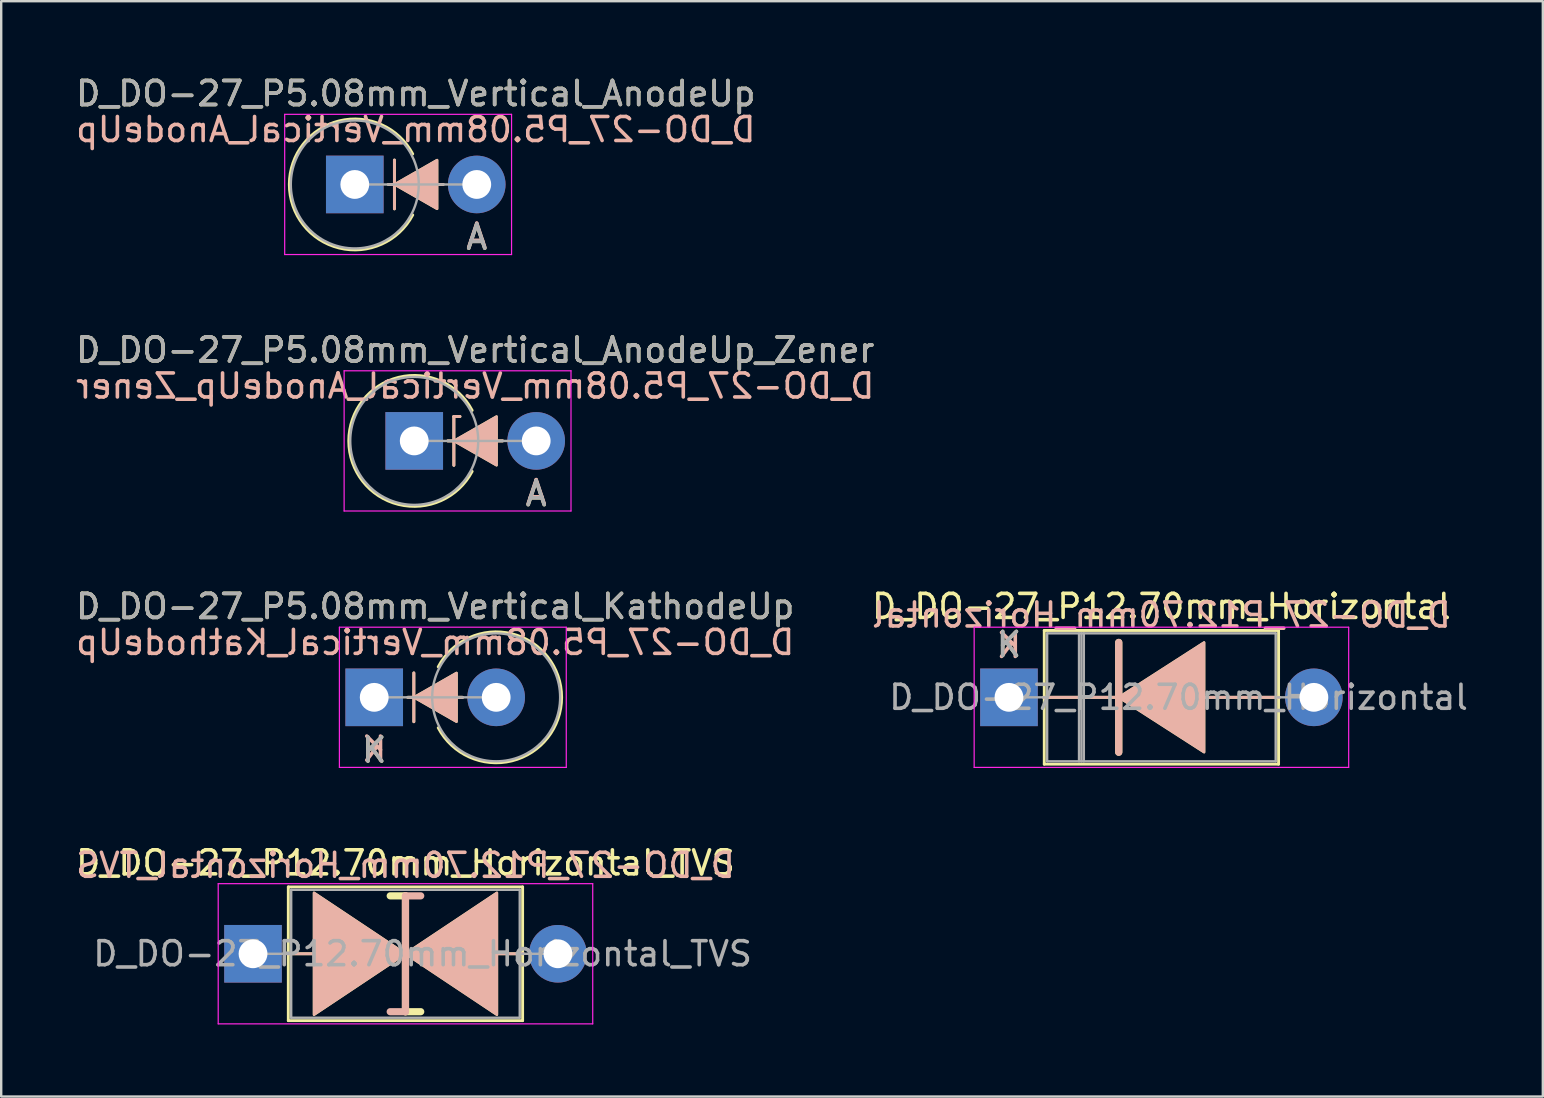
<source format=kicad_pcb>
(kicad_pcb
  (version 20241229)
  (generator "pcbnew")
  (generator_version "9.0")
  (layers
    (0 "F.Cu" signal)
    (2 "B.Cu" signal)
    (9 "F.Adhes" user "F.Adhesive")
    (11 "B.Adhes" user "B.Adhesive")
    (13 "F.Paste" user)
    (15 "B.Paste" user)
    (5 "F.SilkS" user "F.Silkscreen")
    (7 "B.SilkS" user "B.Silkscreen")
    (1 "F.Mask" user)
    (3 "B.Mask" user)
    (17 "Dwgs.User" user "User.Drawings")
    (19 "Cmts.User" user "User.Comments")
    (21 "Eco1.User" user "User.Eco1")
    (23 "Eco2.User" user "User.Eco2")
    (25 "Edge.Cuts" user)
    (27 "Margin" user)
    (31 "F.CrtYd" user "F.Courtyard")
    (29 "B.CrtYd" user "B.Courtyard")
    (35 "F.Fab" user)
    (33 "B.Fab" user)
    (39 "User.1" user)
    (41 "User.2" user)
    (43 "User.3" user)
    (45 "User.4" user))
  (footprint "D_DO-27_P12.70mm_Horizontal"
    (layer "F.Cu")
    (at 38.977 25.996)
    (property "Reference" "D_DO-27_P12.70mm_Horizontal" (at 6.35 -3.785 0) (layer "F.SilkS") (effects (font (size 1 1) (thickness 0.15))))
    (fp_line (start 1.44 0) (end 1.47 0) (stroke (width 0.12) (type solid)) (layer "F.SilkS"))
    (fp_line (start 1.47 -2.785) (end 1.47 2.785) (stroke (width 0.12) (type solid)) (layer "F.SilkS"))
    (fp_line (start 1.47 2.785) (end 11.23 2.785) (stroke (width 0.12) (type solid)) (layer "F.SilkS"))
    (fp_line (start 4.572 -2.286) (end 4.572 2.286) (stroke (width 0.3) (type solid)) (layer "F.SilkS"))
    (fp_line (start 4.572 0) (end 1.47 0) (stroke (width 0.12) (type solid)) (layer "F.SilkS"))
    (fp_line (start 8.001 0) (end 11.23 0) (stroke (width 0.12) (type solid)) (layer "F.SilkS"))
    (fp_line (start 11.23 -2.785) (end 1.47 -2.785) (stroke (width 0.12) (type solid)) (layer "F.SilkS"))
    (fp_line (start 11.23 2.785) (end 11.23 -2.785) (stroke (width 0.12) (type solid)) (layer "F.SilkS"))
    (fp_line (start 11.26 0) (end 11.23 0) (stroke (width 0.12) (type solid)) (layer "F.SilkS"))
    (fp_poly (pts (xy 8.128 2.286) (xy 4.572 0) (xy 8.128 -2.286)) (stroke (width 0.1) (type solid)) (fill yes) (layer "F.SilkS"))
    (fp_line (start 1.44 0) (end 1.47 0) (stroke (width 0.12) (type solid)) (layer "B.SilkS"))
    (fp_line (start 4.572 0) (end 1.47 0) (stroke (width 0.12) (type solid)) (layer "B.SilkS"))
    (fp_line (start 4.572 2.286) (end 4.572 -2.286) (stroke (width 0.3) (type solid)) (layer "B.SilkS"))
    (fp_line (start 8.001 0) (end 11.23 0) (stroke (width 0.12) (type solid)) (layer "B.SilkS"))
    (fp_line (start 11.26 0) (end 11.23 0) (stroke (width 0.12) (type solid)) (layer "B.SilkS"))
    (fp_poly (pts (xy 8.128 -2.286) (xy 4.572 0) (xy 8.128 2.286)) (stroke (width 0.1) (type solid)) (fill yes) (layer "B.SilkS"))
    (fp_line (start -1.45 -2.92) (end -1.45 2.92) (stroke (width 0.05) (type solid)) (layer "F.CrtYd"))
    (fp_line (start -1.45 2.92) (end 14.15 2.92) (stroke (width 0.05) (type solid)) (layer "F.CrtYd"))
    (fp_line (start 14.15 -2.92) (end -1.45 -2.92) (stroke (width 0.05) (type solid)) (layer "F.CrtYd"))
    (fp_line (start 14.15 2.92) (end 14.15 -2.92) (stroke (width 0.05) (type solid)) (layer "F.CrtYd"))
    (fp_line (start 0 0) (end 1.59 0) (stroke (width 0.1) (type solid)) (layer "F.Fab"))
    (fp_line (start 1.59 -2.665) (end 1.59 2.665) (stroke (width 0.1) (type solid)) (layer "F.Fab"))
    (fp_line (start 1.59 2.665) (end 11.11 2.665) (stroke (width 0.1) (type solid)) (layer "F.Fab"))
    (fp_line (start 2.918 -2.665) (end 2.918 2.665) (stroke (width 0.1) (type solid)) (layer "F.Fab"))
    (fp_line (start 3.018 -2.665) (end 3.018 2.665) (stroke (width 0.1) (type solid)) (layer "F.Fab"))
    (fp_line (start 3.118 -2.665) (end 3.118 2.665) (stroke (width 0.1) (type solid)) (layer "F.Fab"))
    (fp_line (start 11.11 -2.665) (end 1.59 -2.665) (stroke (width 0.1) (type solid)) (layer "F.Fab"))
    (fp_line (start 11.11 2.665) (end 11.11 -2.665) (stroke (width 0.1) (type solid)) (layer "F.Fab"))
    (fp_line (start 12.7 0) (end 11.11 0) (stroke (width 0.1) (type solid)) (layer "F.Fab"))
    (fp_text user "K" (at 0 -2.2 0) (layer "F.SilkS") (effects (font (size 1 1) (thickness 0.15))))
    (fp_text user "${REFERENCE}" (at 6.35 -3.429 0) (layer "B.SilkS") (effects (font (size 1 1) (thickness 0.15)) (justify mirror)))
    (fp_text user "K" (at 0 -2.159 0) (layer "B.SilkS") (effects (font (size 1 1) (thickness 0.15)) (justify mirror)))
    (fp_text user "K" (at 0 -2.2 0) (layer "F.Fab") (effects (font (size 1 1) (thickness 0.15))))
    (fp_text user "${REFERENCE}" (at 7.064 0 0) (layer "F.Fab") (effects (font (size 1 1) (thickness 0.15))))
    (pad "1" thru_hole rect (at 0 0) (size 2.4 2.4) (drill 1.2) (layers "*.Cu" "*.Mask"))
    (pad "2" thru_hole oval (at 12.7 0) (size 2.4 2.4) (drill 1.2) (layers "*.Cu" "*.Mask")))
  (footprint "D_DO-27_P5.08mm_Vertical_KathodeUp"
    (layer "F.Cu")
    (at 12.537 25.996)
    (property "Reference" "D_DO-27_P5.08mm_Vertical_KathodeUp" (at 2.54 -3.785 0) (layer "F.SilkS") (effects (font (size 1 1) (thickness 0.15))))
    (fp_line (start 1.397 0) (end 3.683 0) (stroke (width 0.12) (type solid)) (layer "F.SilkS"))
    (fp_line (start 1.651 -1.016) (end 1.651 1.016) (stroke (width 0.12) (type solid)) (layer "F.SilkS"))
    (fp_arc (start 2.667001 -1.27) (mid 7.806805 0) (end 2.667001 1.269999) (stroke (width 0.12) (type solid)) (layer "F.SilkS"))
    (fp_poly (pts (xy 3.429 1.016) (xy 1.651 0) (xy 3.429 -1.016)) (stroke (width 0.1) (type solid)) (fill yes) (layer "F.SilkS"))
    (fp_line (start 1.397 0) (end 3.683 0) (stroke (width 0.12) (type solid)) (layer "B.SilkS"))
    (fp_line (start 1.651 1.016) (end 1.651 -1.016) (stroke (width 0.12) (type solid)) (layer "B.SilkS"))
    (fp_poly (pts (xy 3.429 -1.016) (xy 1.651 0) (xy 3.429 1.016)) (stroke (width 0.1) (type solid)) (fill yes) (layer "B.SilkS"))
    (fp_line (start -1.45 -2.92) (end -1.45 2.92) (stroke (width 0.05) (type solid)) (layer "F.CrtYd"))
    (fp_line (start -1.45 2.92) (end 8 2.92) (stroke (width 0.05) (type solid)) (layer "F.CrtYd"))
    (fp_line (start 8 -2.92) (end -1.45 -2.92) (stroke (width 0.05) (type solid)) (layer "F.CrtYd"))
    (fp_line (start 8 2.92) (end 8 -2.92) (stroke (width 0.05) (type solid)) (layer "F.CrtYd"))
    (fp_line (start 0 0) (end 5.08 0) (stroke (width 0.1) (type solid)) (layer "F.Fab"))
    (fp_circle (center 5.08 0) (end 7.745 0) (stroke (width 0.1) (type solid)) (fill no) (layer "F.Fab"))
    (fp_text user "K" (at 0 2.2 0) (layer "F.SilkS") (effects (font (size 1 1) (thickness 0.15))))
    (fp_text user "${REFERENCE}" (at 2.54 -2.286 0) (layer "B.SilkS") (effects (font (size 1 1) (thickness 0.15)) (justify mirror)))
    (fp_text user "K" (at 0 2.159 0) (layer "B.SilkS") (effects (font (size 1 1) (thickness 0.15)) (justify mirror)))
    (fp_text user "K" (at 0 2.2 0) (layer "F.Fab") (effects (font (size 1 1) (thickness 0.15))))
    (fp_text user "${REFERENCE}" (at 2.54 -3.785 0) (layer "F.Fab") (effects (font (size 1 1) (thickness 0.15))))
    (pad "1" thru_hole rect (at 0 0) (size 2.4 2.4) (drill 1.2) (layers "*.Cu" "*.Mask"))
    (pad "2" thru_hole oval (at 5.08 0) (size 2.4 2.4) (drill 1.2) (layers "*.Cu" "*.Mask")))
  (footprint "D_DO-27_P5.08mm_Vertical_AnodeUp_Zener"
    (layer "F.Cu")
    (at 14.204 15.315)
    (property "Reference" "D_DO-27_P5.08mm_Vertical_AnodeUp_Zener" (at 2.54 -3.785 0) (layer "F.SilkS") (effects (font (size 1 1) (thickness 0.15))))
    (fp_line (start 1.397 0) (end 3.683 0) (stroke (width 0.12) (type solid)) (layer "F.SilkS"))
    (fp_line (start 1.651 -1.016) (end 1.651 1.016) (stroke (width 0.12) (type solid)) (layer "F.SilkS"))
    (fp_line (start 1.651 -1.016) (end 1.905 -1.016) (stroke (width 0.12) (type solid)) (layer "F.SilkS"))
    (fp_arc (start 2.412999 1.27) (mid -2.726805 0) (end 2.412999 -1.269999) (stroke (width 0.12) (type solid)) (layer "F.SilkS"))
    (fp_poly (pts (xy 3.429 1.016) (xy 1.651 0) (xy 3.429 -1.016)) (stroke (width 0.1) (type solid)) (fill yes) (layer "F.SilkS"))
    (fp_line (start 1.397 0) (end 3.683 0) (stroke (width 0.12) (type solid)) (layer "B.SilkS"))
    (fp_line (start 1.651 -1.016) (end 1.905 -1.016) (stroke (width 0.12) (type solid)) (layer "B.SilkS"))
    (fp_line (start 1.651 1.016) (end 1.651 -1.016) (stroke (width 0.12) (type solid)) (layer "B.SilkS"))
    (fp_poly (pts (xy 3.429 -1.016) (xy 1.651 0) (xy 3.429 1.016)) (stroke (width 0.1) (type solid)) (fill yes) (layer "B.SilkS"))
    (fp_line (start -2.92 -2.92) (end -2.92 2.92) (stroke (width 0.05) (type solid)) (layer "F.CrtYd"))
    (fp_line (start -2.92 2.92) (end 6.53 2.92) (stroke (width 0.05) (type solid)) (layer "F.CrtYd"))
    (fp_line (start 6.53 -2.92) (end -2.92 -2.92) (stroke (width 0.05) (type solid)) (layer "F.CrtYd"))
    (fp_line (start 6.53 2.92) (end 6.53 -2.92) (stroke (width 0.05) (type solid)) (layer "F.CrtYd"))
    (fp_line (start 0 0) (end 5.08 0) (stroke (width 0.1) (type solid)) (layer "F.Fab"))
    (fp_circle (center 0 0) (end 2.665 0) (stroke (width 0.1) (type solid)) (fill no) (layer "F.Fab"))
    (fp_text user "A" (at 5.08 2.2 0) (layer "F.SilkS") (effects (font (size 1 1) (thickness 0.15))))
    (fp_text user "A" (at 5.08 2.159 0) (layer "B.SilkS") (effects (font (size 1 1) (thickness 0.15)) (justify mirror)))
    (fp_text user "${REFERENCE}" (at 2.54 -2.286 0) (layer "B.SilkS") (effects (font (size 1 1) (thickness 0.15)) (justify mirror)))
    (fp_text user "A" (at 5.08 2.2 0) (layer "F.Fab") (effects (font (size 1 1) (thickness 0.15))))
    (fp_text user "${REFERENCE}" (at 2.54 -3.785 0) (layer "F.Fab") (effects (font (size 1 1) (thickness 0.15))))
    (pad "1" thru_hole rect (at 0 0) (size 2.4 2.4) (drill 1.2) (layers "*.Cu" "*.Mask"))
    (pad "2" thru_hole oval (at 5.08 0) (size 2.4 2.4) (drill 1.2) (layers "*.Cu" "*.Mask")))
  (footprint "D_DO-27_P12.70mm_Horizontal_TVS"
    (layer "F.Cu")
    (at 7.489 36.678)
    (property "Reference" "D_DO-27_P12.70mm_Horizontal_TVS" (at 6.35 -3.785 0) (layer "F.SilkS") (effects (font (size 1 1) (thickness 0.15))))
    (fp_line (start 1.44 0) (end 1.47 0) (stroke (width 0.12) (type solid)) (layer "F.SilkS"))
    (fp_line (start 1.47 -2.785) (end 1.47 2.785) (stroke (width 0.12) (type solid)) (layer "F.SilkS"))
    (fp_line (start 1.47 0) (end 2.54 0) (stroke (width 0.12) (type solid)) (layer "F.SilkS"))
    (fp_line (start 1.47 2.785) (end 11.23 2.785) (stroke (width 0.12) (type solid)) (layer "F.SilkS"))
    (fp_line (start 6.35 -2.413) (end 5.715 -2.413) (stroke (width 0.3) (type solid)) (layer "F.SilkS"))
    (fp_line (start 6.35 2.413) (end 6.35 -2.413) (stroke (width 0.3) (type solid)) (layer "F.SilkS"))
    (fp_line (start 6.985 2.413) (end 6.35 2.413) (stroke (width 0.3) (type solid)) (layer "F.SilkS"))
    (fp_line (start 10.16 0) (end 11.23 0) (stroke (width 0.12) (type solid)) (layer "F.SilkS"))
    (fp_line (start 11.23 -2.785) (end 1.47 -2.785) (stroke (width 0.12) (type solid)) (layer "F.SilkS"))
    (fp_line (start 11.23 2.785) (end 11.23 -2.785) (stroke (width 0.12) (type solid)) (layer "F.SilkS"))
    (fp_line (start 11.26 0) (end 11.23 0) (stroke (width 0.12) (type solid)) (layer "F.SilkS"))
    (fp_poly (pts (xy 6.35 0) (xy 2.54 2.54) (xy 2.54 -2.54)) (stroke (width 0.1) (type solid)) (fill yes) (layer "F.SilkS"))
    (fp_poly (pts (xy 6.35 0) (xy 10.16 -2.54) (xy 10.16 2.54)) (stroke (width 0.1) (type solid)) (fill yes) (layer "F.SilkS"))
    (fp_line (start 1.44 0) (end 1.47 0) (stroke (width 0.12) (type solid)) (layer "B.SilkS"))
    (fp_line (start 1.47 0) (end 2.54 0) (stroke (width 0.12) (type solid)) (layer "B.SilkS"))
    (fp_line (start 6.35 -2.413) (end 6.35 2.413) (stroke (width 0.3) (type solid)) (layer "B.SilkS"))
    (fp_line (start 6.35 2.413) (end 5.715 2.413) (stroke (width 0.3) (type solid)) (layer "B.SilkS"))
    (fp_line (start 6.985 -2.413) (end 6.35 -2.413) (stroke (width 0.3) (type solid)) (layer "B.SilkS"))
    (fp_line (start 10.16 0) (end 11.23 0) (stroke (width 0.12) (type solid)) (layer "B.SilkS"))
    (fp_line (start 11.26 0) (end 11.23 0) (stroke (width 0.12) (type solid)) (layer "B.SilkS"))
    (fp_poly (pts (xy 6.35 0) (xy 2.54 -2.54) (xy 2.54 2.54)) (stroke (width 0.1) (type solid)) (fill yes) (layer "B.SilkS"))
    (fp_poly (pts (xy 6.35 0) (xy 10.16 2.54) (xy 10.16 -2.54)) (stroke (width 0.1) (type solid)) (fill yes) (layer "B.SilkS"))
    (fp_line (start -1.45 -2.92) (end -1.45 2.92) (stroke (width 0.05) (type solid)) (layer "F.CrtYd"))
    (fp_line (start -1.45 2.92) (end 14.15 2.92) (stroke (width 0.05) (type solid)) (layer "F.CrtYd"))
    (fp_line (start 14.15 -2.92) (end -1.45 -2.92) (stroke (width 0.05) (type solid)) (layer "F.CrtYd"))
    (fp_line (start 14.15 2.92) (end 14.15 -2.92) (stroke (width 0.05) (type solid)) (layer "F.CrtYd"))
    (fp_line (start 0 0) (end 1.59 0) (stroke (width 0.1) (type solid)) (layer "F.Fab"))
    (fp_line (start 1.59 -2.665) (end 1.59 2.665) (stroke (width 0.1) (type solid)) (layer "F.Fab"))
    (fp_line (start 1.59 2.665) (end 11.11 2.665) (stroke (width 0.1) (type solid)) (layer "F.Fab"))
    (fp_line (start 11.11 -2.665) (end 1.59 -2.665) (stroke (width 0.1) (type solid)) (layer "F.Fab"))
    (fp_line (start 11.11 2.665) (end 11.11 -2.665) (stroke (width 0.1) (type solid)) (layer "F.Fab"))
    (fp_line (start 12.7 0) (end 11.11 0) (stroke (width 0.1) (type solid)) (layer "F.Fab"))
    (fp_text user "${REFERENCE}" (at 6.35 -3.683 0) (layer "B.SilkS") (effects (font (size 1 1) (thickness 0.15)) (justify mirror)))
    (fp_text user "${REFERENCE}" (at 7.064 0 0) (layer "F.Fab") (effects (font (size 1 1) (thickness 0.15))))
    (pad "1" thru_hole rect (at 0 0) (size 2.4 2.4) (drill 1.2) (layers "*.Cu" "*.Mask"))
    (pad "2" thru_hole oval (at 12.7 0) (size 2.4 2.4) (drill 1.2) (layers "*.Cu" "*.Mask")))
  (footprint "D_DO-27_P5.08mm_Vertical_AnodeUp"
    (layer "F.Cu")
    (at 11.728 4.633)
    (property "Reference" "D_DO-27_P5.08mm_Vertical_AnodeUp" (at 2.54 -3.785 0) (layer "F.SilkS") (effects (font (size 1 1) (thickness 0.15))))
    (fp_line (start 1.397 0) (end 3.683 0) (stroke (width 0.12) (type solid)) (layer "F.SilkS"))
    (fp_line (start 1.651 -1.016) (end 1.651 1.016) (stroke (width 0.12) (type solid)) (layer "F.SilkS"))
    (fp_arc (start 2.412999 1.27) (mid -2.726805 0) (end 2.412999 -1.269999) (stroke (width 0.12) (type solid)) (layer "F.SilkS"))
    (fp_poly (pts (xy 3.429 1.016) (xy 1.651 0) (xy 3.429 -1.016)) (stroke (width 0.1) (type solid)) (fill yes) (layer "F.SilkS"))
    (fp_line (start 1.397 0) (end 3.683 0) (stroke (width 0.12) (type solid)) (layer "B.SilkS"))
    (fp_line (start 1.651 1.016) (end 1.651 -1.016) (stroke (width 0.12) (type solid)) (layer "B.SilkS"))
    (fp_poly (pts (xy 3.429 -1.016) (xy 1.651 0) (xy 3.429 1.016)) (stroke (width 0.1) (type solid)) (fill yes) (layer "B.SilkS"))
    (fp_line (start -2.92 -2.92) (end -2.92 2.92) (stroke (width 0.05) (type solid)) (layer "F.CrtYd"))
    (fp_line (start -2.92 2.92) (end 6.53 2.92) (stroke (width 0.05) (type solid)) (layer "F.CrtYd"))
    (fp_line (start 6.53 -2.92) (end -2.92 -2.92) (stroke (width 0.05) (type solid)) (layer "F.CrtYd"))
    (fp_line (start 6.53 2.92) (end 6.53 -2.92) (stroke (width 0.05) (type solid)) (layer "F.CrtYd"))
    (fp_line (start 0 0) (end 5.08 0) (stroke (width 0.1) (type solid)) (layer "F.Fab"))
    (fp_circle (center 0 0) (end 2.665 0) (stroke (width 0.1) (type solid)) (fill no) (layer "F.Fab"))
    (fp_text user "A" (at 5.08 2.2 0) (layer "F.SilkS") (effects (font (size 1 1) (thickness 0.15))))
    (fp_text user "${REFERENCE}" (at 2.54 -2.286 0) (layer "B.SilkS") (effects (font (size 1 1) (thickness 0.15)) (justify mirror)))
    (fp_text user "A" (at 5.08 2.159 0) (layer "B.SilkS") (effects (font (size 1 1) (thickness 0.15)) (justify mirror)))
    (fp_text user "${REFERENCE}" (at 2.54 -3.785 0) (layer "F.Fab") (effects (font (size 1 1) (thickness 0.15))))
    (fp_text user "A" (at 5.08 2.2 0) (layer "F.Fab") (effects (font (size 1 1) (thickness 0.15))))
    (pad "1" thru_hole rect (at 0 0) (size 2.4 2.4) (drill 1.2) (layers "*.Cu" "*.Mask"))
    (pad "2" thru_hole oval (at 5.08 0) (size 2.4 2.4) (drill 1.2) (layers "*.Cu" "*.Mask")))
  (gr_rect
    (start -3 -3)
    (end 61.214 42.623)
    (stroke (width 0.1) (type default))
    (fill no)
    (layer "Edge.Cuts")))
</source>
